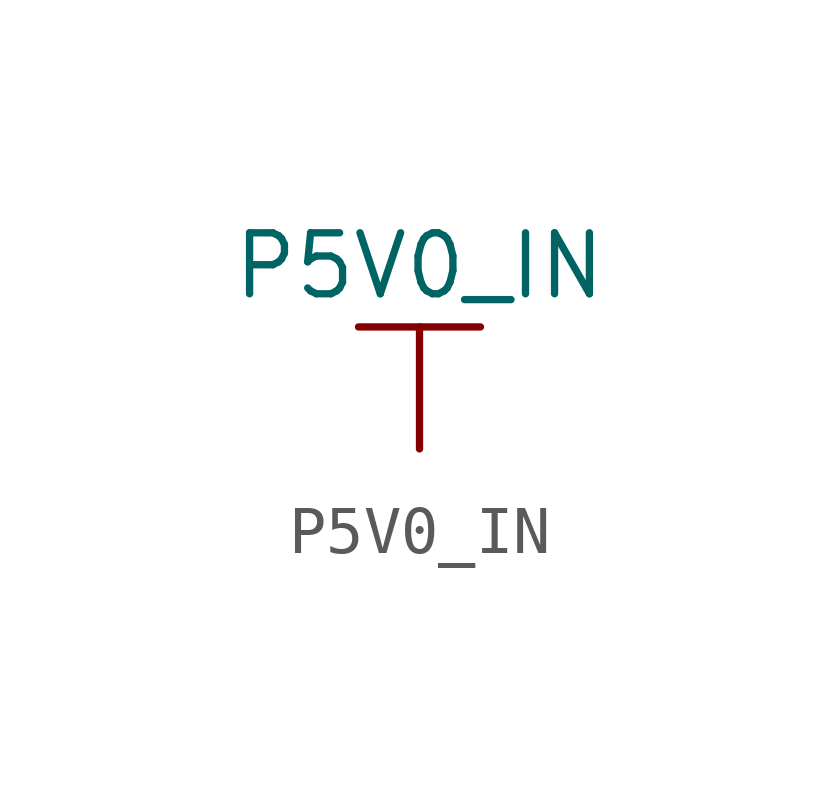
<source format=kicad_sym>
(kicad_symbol_lib
  (version 20211014)
  (generator kicad_symbol_editor)
  (symbol "P5V0_IN"
    (power)
    (pin_names
      (offset 0))
    (property "Reference" "#PWR"
      (at 0 -3.81 0)
      (effects (font (size 1.27 1.27)) hide))
    (property "Value" "P5V0_IN"
      (at 0 3.81 0)
      (effects (font (size 1.27 1.27))))
    (symbol "P5V0_IN_0_1"
      (polyline (pts (xy -1.27 2.54) (xy 1.27 2.54)) (stroke (width 0.152) (type default) (color 0 0 0 0)) (fill (type none)))
      (polyline (pts (xy 0 0) (xy 0 2.54)) (stroke (width 0.152) (type default) (color 0 0 0 0)) (fill (type none))))
    (symbol "P5V0_IN_1_1"
      (pin power_in line (at 0 0 90) (length 0) hide (name "P5V0_IN" (effects (font (size 1.27 1.27)))) (number "1" (effects (font (size 1.27 1.27))))))))
</source>
